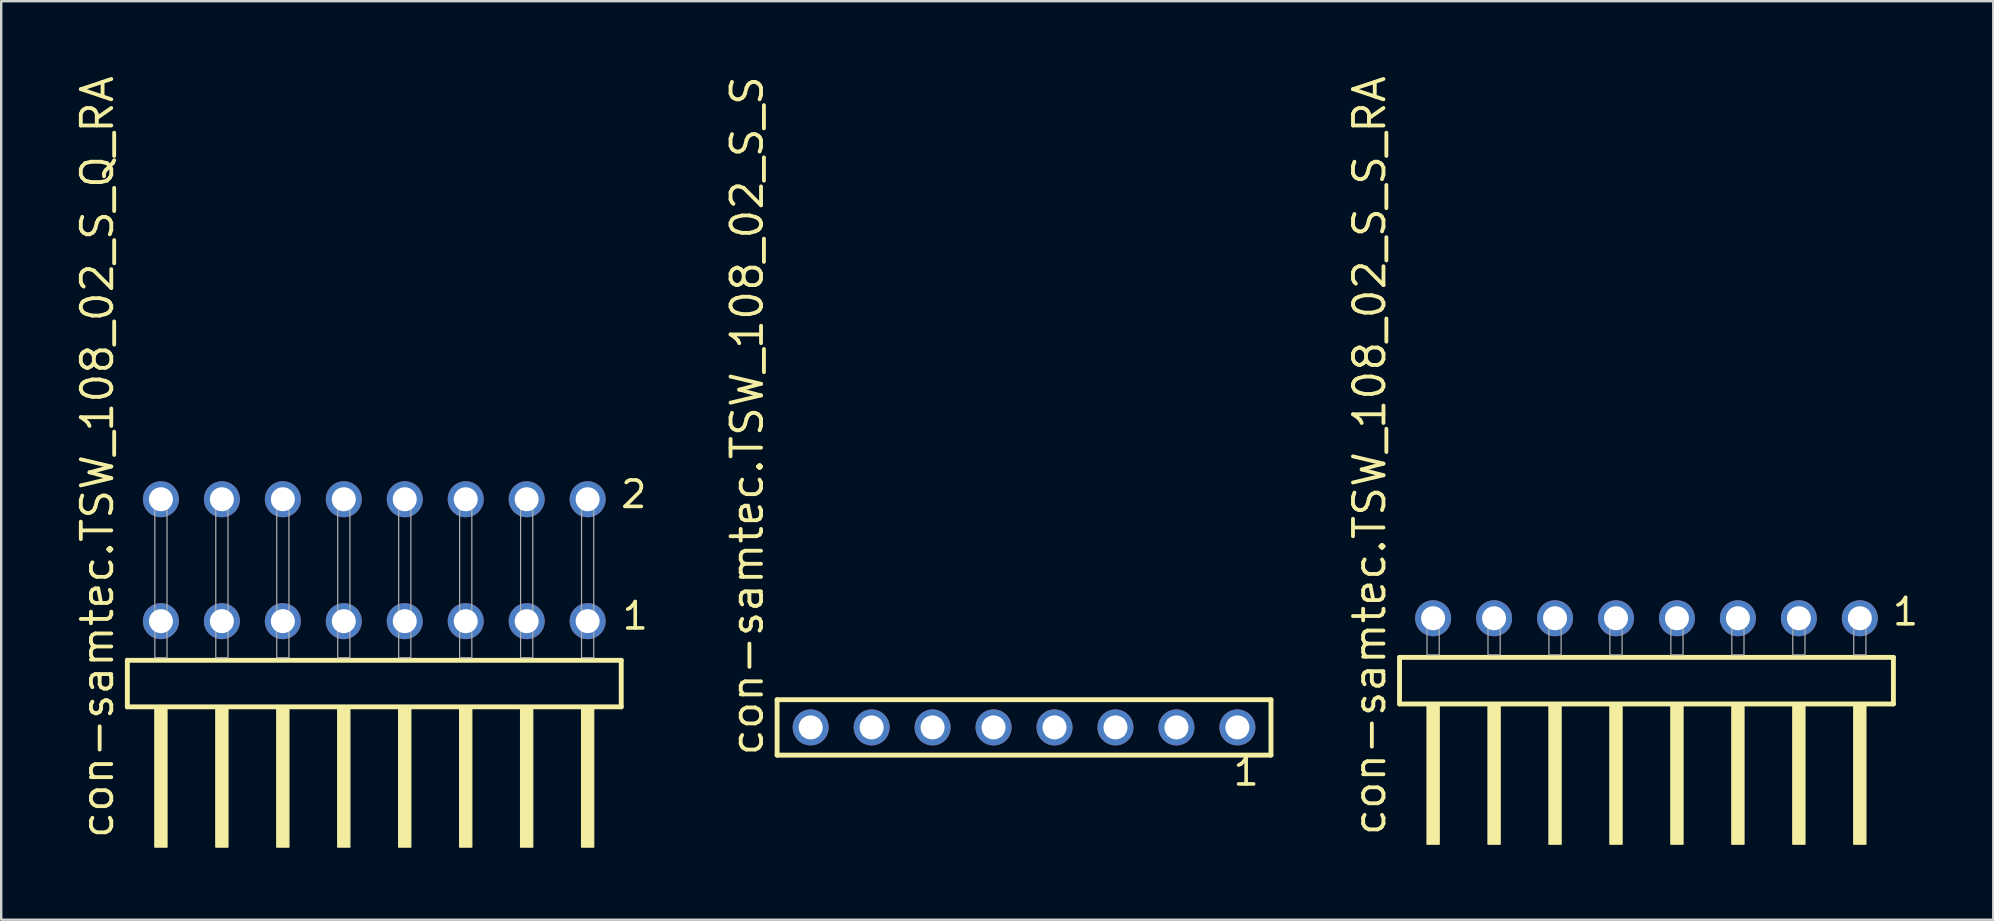
<source format=kicad_pcb>
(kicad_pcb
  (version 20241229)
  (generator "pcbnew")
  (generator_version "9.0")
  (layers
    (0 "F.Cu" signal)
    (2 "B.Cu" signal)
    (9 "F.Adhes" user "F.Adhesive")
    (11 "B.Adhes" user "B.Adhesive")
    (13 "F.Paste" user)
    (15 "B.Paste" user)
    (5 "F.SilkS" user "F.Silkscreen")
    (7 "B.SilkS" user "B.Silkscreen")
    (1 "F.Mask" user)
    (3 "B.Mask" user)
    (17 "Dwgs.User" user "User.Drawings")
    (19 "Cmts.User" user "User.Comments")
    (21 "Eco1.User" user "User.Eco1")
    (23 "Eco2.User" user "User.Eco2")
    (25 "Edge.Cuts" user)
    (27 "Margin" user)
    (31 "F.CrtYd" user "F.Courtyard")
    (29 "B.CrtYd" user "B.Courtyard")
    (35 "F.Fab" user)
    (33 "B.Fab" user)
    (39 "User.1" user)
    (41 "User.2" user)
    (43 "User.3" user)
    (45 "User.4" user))
  (footprint "con-samtec.TSW_108_02_S_S"
    (layer "F.Cu")
    (at 39.618 27.259)
    (property "Reference" "con-samtec.TSW_108_02_S_S" (at -10.795 1.27 90) (layer "F.SilkS") (effects (font (size 1.27 1.27) (thickness 0.16)) (justify left bottom)))
    (attr through_hole)
    (fp_line (start -10.289 -1.155) (end 10.289 -1.155) (stroke (width 0.203) (type default)) (layer "F.SilkS"))
    (fp_line (start -10.289 1.155) (end -10.289 -1.155) (stroke (width 0.203) (type default)) (layer "F.SilkS"))
    (fp_line (start 10.289 -1.155) (end 10.289 1.155) (stroke (width 0.203) (type default)) (layer "F.SilkS"))
    (fp_line (start 10.289 1.155) (end -10.289 1.155) (stroke (width 0.203) (type default)) (layer "F.SilkS"))
    (fp_rect (start -9.24 0.35) (end -8.54 -0.35) (stroke (width 0.05) (type default)) (fill no) (layer "F.Fab"))
    (fp_rect (start -6.7 0.35) (end -6 -0.35) (stroke (width 0.05) (type default)) (fill no) (layer "F.Fab"))
    (fp_rect (start -4.16 0.35) (end -3.46 -0.35) (stroke (width 0.05) (type default)) (fill no) (layer "F.Fab"))
    (fp_rect (start -1.62 0.35) (end -0.92 -0.35) (stroke (width 0.05) (type default)) (fill no) (layer "F.Fab"))
    (fp_rect (start 0.92 0.35) (end 1.62 -0.35) (stroke (width 0.05) (type default)) (fill no) (layer "F.Fab"))
    (fp_rect (start 3.46 0.35) (end 4.16 -0.35) (stroke (width 0.05) (type default)) (fill no) (layer "F.Fab"))
    (fp_rect (start 6 0.35) (end 6.7 -0.35) (stroke (width 0.05) (type default)) (fill no) (layer "F.Fab"))
    (fp_rect (start 8.54 0.35) (end 9.24 -0.35) (stroke (width 0.05) (type default)) (fill no) (layer "F.Fab"))
    (fp_text user "1" (at 8.632 2.498 0) (layer "F.SilkS") (effects (font (size 1.1 1.1) (thickness 0.15)) (justify left bottom)))
    (pad "1" thru_hole circle (at 8.89 0 180) (size 1.5 1.5) (drill 1) (layers "*.Cu" "*.Mask"))
    (pad "2" thru_hole circle (at 6.35 0 180) (size 1.5 1.5) (drill 1) (layers "*.Cu" "*.Mask"))
    (pad "3" thru_hole circle (at 3.81 0 180) (size 1.5 1.5) (drill 1) (layers "*.Cu" "*.Mask"))
    (pad "4" thru_hole circle (at 1.27 0 180) (size 1.5 1.5) (drill 1) (layers "*.Cu" "*.Mask"))
    (pad "5" thru_hole circle (at -1.27 0 180) (size 1.5 1.5) (drill 1) (layers "*.Cu" "*.Mask"))
    (pad "6" thru_hole circle (at -3.81 0 180) (size 1.5 1.5) (drill 1) (layers "*.Cu" "*.Mask"))
    (pad "7" thru_hole circle (at -6.35 0 180) (size 1.5 1.5) (drill 1) (layers "*.Cu" "*.Mask"))
    (pad "8" thru_hole circle (at -8.89 0 180) (size 1.5 1.5) (drill 1) (layers "*.Cu" "*.Mask")))
  (footprint "con-samtec.TSW_108_02_S_Q_RA"
    (layer "F.Cu")
    (at 12.545 24.356)
    (property "Reference" "con-samtec.TSW_108_02_S_Q_RA" (at -10.795 7.62 90) (layer "F.SilkS") (effects (font (size 1.27 1.27) (thickness 0.16)) (justify left bottom)))
    (attr through_hole)
    (fp_line (start -10.289 0.106) (end -10.289 2.046) (stroke (width 0.203) (type default)) (layer "F.SilkS"))
    (fp_line (start -10.289 2.046) (end 10.289 2.046) (stroke (width 0.203) (type default)) (layer "F.SilkS"))
    (fp_line (start 10.289 0.106) (end -10.289 0.106) (stroke (width 0.203) (type default)) (layer "F.SilkS"))
    (fp_line (start 10.289 2.046) (end 10.289 0.106) (stroke (width 0.203) (type default)) (layer "F.SilkS"))
    (fp_rect (start -9.144 7.89) (end -8.636 2.04) (stroke (width 0.05) (type default)) (fill yes) (layer "F.SilkS"))
    (fp_rect (start -6.604 7.89) (end -6.096 2.04) (stroke (width 0.05) (type default)) (fill yes) (layer "F.SilkS"))
    (fp_rect (start -4.064 7.89) (end -3.556 2.04) (stroke (width 0.05) (type default)) (fill yes) (layer "F.SilkS"))
    (fp_rect (start -1.524 7.89) (end -1.016 2.04) (stroke (width 0.05) (type default)) (fill yes) (layer "F.SilkS"))
    (fp_rect (start 1.016 7.89) (end 1.524 2.04) (stroke (width 0.05) (type default)) (fill yes) (layer "F.SilkS"))
    (fp_rect (start 3.556 7.89) (end 4.064 2.04) (stroke (width 0.05) (type default)) (fill yes) (layer "F.SilkS"))
    (fp_rect (start 6.096 7.89) (end 6.604 2.04) (stroke (width 0.05) (type default)) (fill yes) (layer "F.SilkS"))
    (fp_rect (start 8.636 7.89) (end 9.144 2.04) (stroke (width 0.05) (type default)) (fill yes) (layer "F.SilkS"))
    (fp_rect (start -9.144 0) (end -8.636 -6.858) (stroke (width 0.05) (type default)) (fill no) (layer "F.Fab"))
    (fp_rect (start -6.604 0) (end -6.096 -6.858) (stroke (width 0.05) (type default)) (fill no) (layer "F.Fab"))
    (fp_rect (start -4.064 0) (end -3.556 -6.858) (stroke (width 0.05) (type default)) (fill no) (layer "F.Fab"))
    (fp_rect (start -1.524 0) (end -1.016 -6.858) (stroke (width 0.05) (type default)) (fill no) (layer "F.Fab"))
    (fp_rect (start 1.016 0) (end 1.524 -6.858) (stroke (width 0.05) (type default)) (fill no) (layer "F.Fab"))
    (fp_rect (start 3.556 0) (end 4.064 -6.858) (stroke (width 0.05) (type default)) (fill no) (layer "F.Fab"))
    (fp_rect (start 6.096 0) (end 6.604 -6.858) (stroke (width 0.05) (type default)) (fill no) (layer "F.Fab"))
    (fp_rect (start 8.636 0) (end 9.144 -6.858) (stroke (width 0.05) (type default)) (fill no) (layer "F.Fab"))
    (fp_text user "1" (at 10.25 -1.1 0) (layer "F.SilkS") (effects (font (size 1.1 1.1) (thickness 0.15)) (justify left bottom)))
    (fp_text user "2" (at 10.19 -6.165 0) (layer "F.SilkS") (effects (font (size 1.1 1.1) (thickness 0.15)) (justify left bottom)))
    (pad "1" thru_hole circle (at 8.89 -1.524 180) (size 1.5 1.5) (drill 1) (layers "*.Cu" "*.Mask"))
    (pad "2" thru_hole circle (at 8.89 -6.604 180) (size 1.5 1.5) (drill 1) (layers "*.Cu" "*.Mask"))
    (pad "3" thru_hole circle (at 6.35 -1.524 180) (size 1.5 1.5) (drill 1) (layers "*.Cu" "*.Mask"))
    (pad "4" thru_hole circle (at 6.35 -6.604 180) (size 1.5 1.5) (drill 1) (layers "*.Cu" "*.Mask"))
    (pad "5" thru_hole circle (at 3.81 -1.524 180) (size 1.5 1.5) (drill 1) (layers "*.Cu" "*.Mask"))
    (pad "6" thru_hole circle (at 3.81 -6.604 180) (size 1.5 1.5) (drill 1) (layers "*.Cu" "*.Mask"))
    (pad "7" thru_hole circle (at 1.27 -1.524 180) (size 1.5 1.5) (drill 1) (layers "*.Cu" "*.Mask"))
    (pad "8" thru_hole circle (at 1.27 -6.604 180) (size 1.5 1.5) (drill 1) (layers "*.Cu" "*.Mask"))
    (pad "9" thru_hole circle (at -1.27 -1.524 180) (size 1.5 1.5) (drill 1) (layers "*.Cu" "*.Mask"))
    (pad "10" thru_hole circle (at -1.27 -6.604 180) (size 1.5 1.5) (drill 1) (layers "*.Cu" "*.Mask"))
    (pad "11" thru_hole circle (at -3.81 -1.524 180) (size 1.5 1.5) (drill 1) (layers "*.Cu" "*.Mask"))
    (pad "12" thru_hole circle (at -3.81 -6.604 180) (size 1.5 1.5) (drill 1) (layers "*.Cu" "*.Mask"))
    (pad "13" thru_hole circle (at -6.35 -1.524 180) (size 1.5 1.5) (drill 1) (layers "*.Cu" "*.Mask"))
    (pad "14" thru_hole circle (at -6.35 -6.604 180) (size 1.5 1.5) (drill 1) (layers "*.Cu" "*.Mask"))
    (pad "15" thru_hole circle (at -8.89 -1.524 180) (size 1.5 1.5) (drill 1) (layers "*.Cu" "*.Mask"))
    (pad "16" thru_hole circle (at -8.89 -6.604 180) (size 1.5 1.5) (drill 1) (layers "*.Cu" "*.Mask")))
  (footprint "con-samtec.TSW_108_02_S_S_RA"
    (layer "F.Cu")
    (at 65.553 24.235)
    (property "Reference" "con-samtec.TSW_108_02_S_S_RA" (at -10.795 7.62 90) (layer "F.SilkS") (effects (font (size 1.27 1.27) (thickness 0.16)) (justify left bottom)))
    (attr through_hole)
    (fp_line (start -10.289 0.106) (end -10.289 2.046) (stroke (width 0.203) (type default)) (layer "F.SilkS"))
    (fp_line (start -10.289 2.046) (end 10.289 2.046) (stroke (width 0.203) (type default)) (layer "F.SilkS"))
    (fp_line (start 10.289 0.106) (end -10.289 0.106) (stroke (width 0.203) (type default)) (layer "F.SilkS"))
    (fp_line (start 10.289 2.046) (end 10.289 0.106) (stroke (width 0.203) (type default)) (layer "F.SilkS"))
    (fp_rect (start -9.144 7.89) (end -8.636 2.04) (stroke (width 0.05) (type default)) (fill yes) (layer "F.SilkS"))
    (fp_rect (start -6.604 7.89) (end -6.096 2.04) (stroke (width 0.05) (type default)) (fill yes) (layer "F.SilkS"))
    (fp_rect (start -4.064 7.89) (end -3.556 2.04) (stroke (width 0.05) (type default)) (fill yes) (layer "F.SilkS"))
    (fp_rect (start -1.524 7.89) (end -1.016 2.04) (stroke (width 0.05) (type default)) (fill yes) (layer "F.SilkS"))
    (fp_rect (start 1.016 7.89) (end 1.524 2.04) (stroke (width 0.05) (type default)) (fill yes) (layer "F.SilkS"))
    (fp_rect (start 3.556 7.89) (end 4.064 2.04) (stroke (width 0.05) (type default)) (fill yes) (layer "F.SilkS"))
    (fp_rect (start 6.096 7.89) (end 6.604 2.04) (stroke (width 0.05) (type default)) (fill yes) (layer "F.SilkS"))
    (fp_rect (start 8.636 7.89) (end 9.144 2.04) (stroke (width 0.05) (type default)) (fill yes) (layer "F.SilkS"))
    (fp_rect (start -9.144 0) (end -8.636 -1.778) (stroke (width 0.05) (type default)) (fill no) (layer "F.Fab"))
    (fp_rect (start -6.604 0) (end -6.096 -1.778) (stroke (width 0.05) (type default)) (fill no) (layer "F.Fab"))
    (fp_rect (start -4.064 0) (end -3.556 -1.778) (stroke (width 0.05) (type default)) (fill no) (layer "F.Fab"))
    (fp_rect (start -1.524 0) (end -1.016 -1.778) (stroke (width 0.05) (type default)) (fill no) (layer "F.Fab"))
    (fp_rect (start 1.016 0) (end 1.524 -1.778) (stroke (width 0.05) (type default)) (fill no) (layer "F.Fab"))
    (fp_rect (start 3.556 0) (end 4.064 -1.778) (stroke (width 0.05) (type default)) (fill no) (layer "F.Fab"))
    (fp_rect (start 6.096 0) (end 6.604 -1.778) (stroke (width 0.05) (type default)) (fill no) (layer "F.Fab"))
    (fp_rect (start 8.636 0) (end 9.144 -1.778) (stroke (width 0.05) (type default)) (fill no) (layer "F.Fab"))
    (fp_text user "1" (at 10.172 -1.152 0) (layer "F.SilkS") (effects (font (size 1.1 1.1) (thickness 0.15)) (justify left bottom)))
    (pad "1" thru_hole circle (at 8.89 -1.524 180) (size 1.5 1.5) (drill 1) (layers "*.Cu" "*.Mask"))
    (pad "2" thru_hole circle (at 6.35 -1.524 180) (size 1.5 1.5) (drill 1) (layers "*.Cu" "*.Mask"))
    (pad "3" thru_hole circle (at 3.81 -1.524 180) (size 1.5 1.5) (drill 1) (layers "*.Cu" "*.Mask"))
    (pad "4" thru_hole circle (at 1.27 -1.524 180) (size 1.5 1.5) (drill 1) (layers "*.Cu" "*.Mask"))
    (pad "5" thru_hole circle (at -1.27 -1.524 180) (size 1.5 1.5) (drill 1) (layers "*.Cu" "*.Mask"))
    (pad "6" thru_hole circle (at -3.81 -1.524 180) (size 1.5 1.5) (drill 1) (layers "*.Cu" "*.Mask"))
    (pad "7" thru_hole circle (at -6.35 -1.524 180) (size 1.5 1.5) (drill 1) (layers "*.Cu" "*.Mask"))
    (pad "8" thru_hole circle (at -8.89 -1.524 180) (size 1.5 1.5) (drill 1) (layers "*.Cu" "*.Mask")))
  (gr_rect
    (start -3 -3)
    (end 80.003 35.271)
    (stroke (width 0.1) (type default))
    (fill no)
    (layer "Edge.Cuts")))
</source>
